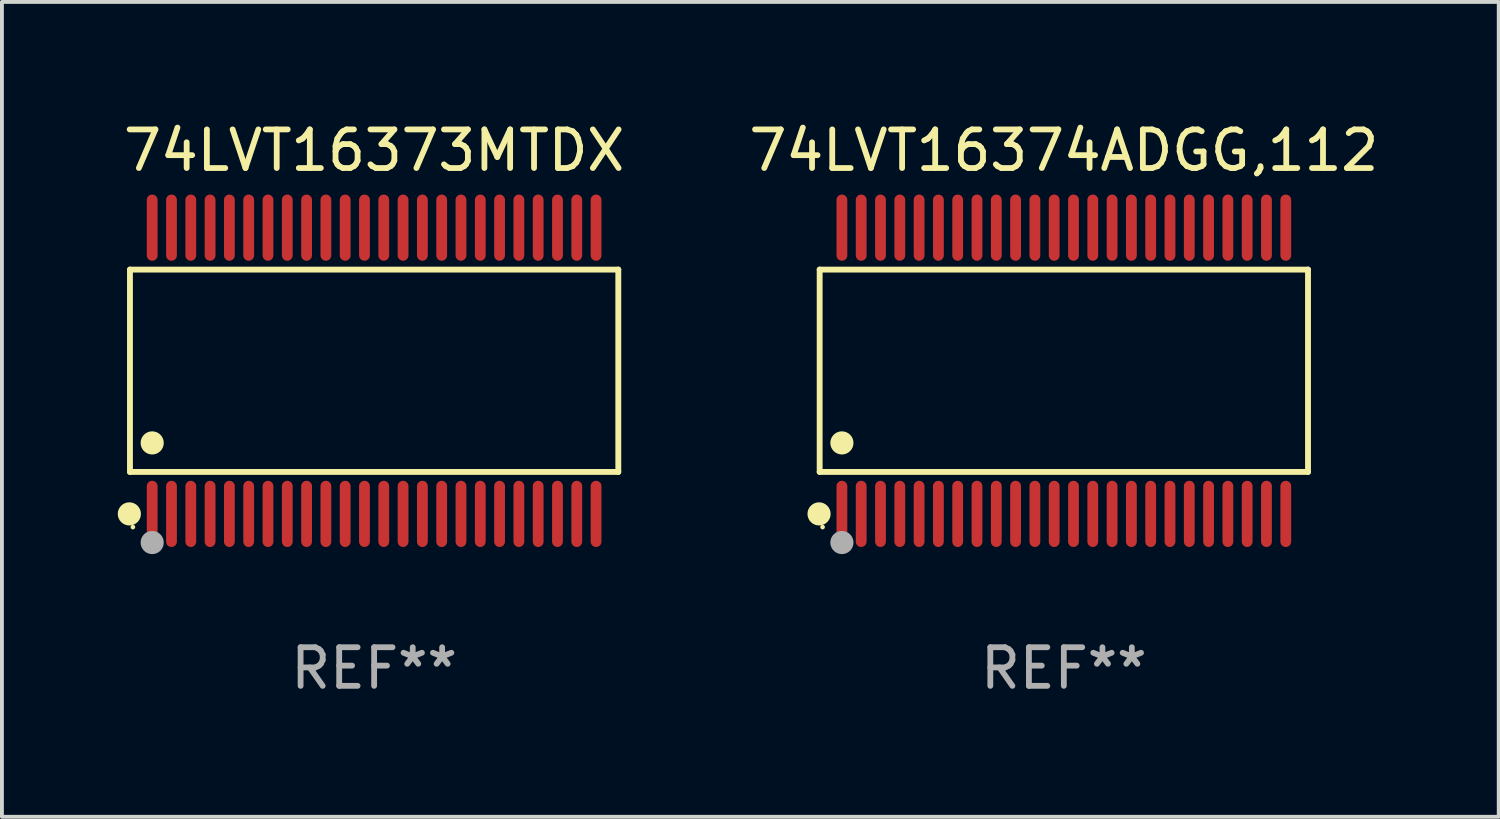
<source format=kicad_pcb>
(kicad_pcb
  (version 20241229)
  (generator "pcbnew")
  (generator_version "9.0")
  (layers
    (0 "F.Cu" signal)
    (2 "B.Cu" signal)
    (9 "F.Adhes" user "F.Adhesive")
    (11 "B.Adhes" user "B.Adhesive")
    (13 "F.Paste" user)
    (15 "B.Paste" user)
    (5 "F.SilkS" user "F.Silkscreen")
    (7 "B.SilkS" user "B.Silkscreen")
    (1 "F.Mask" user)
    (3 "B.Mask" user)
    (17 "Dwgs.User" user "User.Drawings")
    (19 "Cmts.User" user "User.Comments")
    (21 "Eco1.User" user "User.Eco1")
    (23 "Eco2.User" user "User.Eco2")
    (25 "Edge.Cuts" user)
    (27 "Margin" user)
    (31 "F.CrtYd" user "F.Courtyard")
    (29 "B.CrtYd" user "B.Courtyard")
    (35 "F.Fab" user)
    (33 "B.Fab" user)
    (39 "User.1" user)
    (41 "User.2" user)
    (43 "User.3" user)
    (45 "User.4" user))
  (footprint "74LVT16374ADGG,112"
    (layer "F.Cu")
    (at 24.512 6.556)
    (property "Reference" "74LVT16374ADGG,112" (at 0 -5.708 0) (layer "F.SilkS") (effects (font (size 1 1) (thickness 0.15))))
    (attr through_hole)
    (fp_line (start -6.326 -2.622) (end 6.326 -2.622) (stroke (width 0.152) (type solid)) (layer "F.SilkS"))
    (fp_line (start -6.326 2.621) (end -6.326 -2.622) (stroke (width 0.152) (type solid)) (layer "F.SilkS"))
    (fp_line (start 6.326 -2.622) (end 6.326 2.621) (stroke (width 0.152) (type solid)) (layer "F.SilkS"))
    (fp_line (start 6.326 2.621) (end -6.326 2.621) (stroke (width 0.152) (type solid)) (layer "F.SilkS"))
    (fp_circle (center -6.342 3.708) (end -6.192 3.708) (stroke (width 0.3) (type solid)) (fill no) (layer "F.SilkS"))
    (fp_circle (center -6.25 4.05) (end -6.22 4.05) (stroke (width 0.06) (type solid)) (fill no) (layer "F.SilkS"))
    (fp_circle (center -5.75 1.869) (end -5.6 1.869) (stroke (width 0.3) (type solid)) (fill no) (layer "F.SilkS"))
    (fp_circle (center -5.75 4.45) (end -5.6 4.45) (stroke (width 0.3) (type solid)) (fill no) (layer "F.Fab"))
    (fp_text user "REF**" (at 0 7.708 0) (layer "F.Fab") (effects (font (size 1 1) (thickness 0.15))))
    (pad "1" smd oval (at -5.75 3.708) (size 0.28 1.715) (layers "F.Cu" "F.Mask" "F.Paste"))
    (pad "2" smd oval (at -5.25 3.708) (size 0.28 1.715) (layers "F.Cu" "F.Mask" "F.Paste"))
    (pad "3" smd oval (at -4.75 3.708) (size 0.28 1.715) (layers "F.Cu" "F.Mask" "F.Paste"))
    (pad "4" smd oval (at -4.25 3.708) (size 0.28 1.715) (layers "F.Cu" "F.Mask" "F.Paste"))
    (pad "5" smd oval (at -3.75 3.708) (size 0.28 1.715) (layers "F.Cu" "F.Mask" "F.Paste"))
    (pad "6" smd oval (at -3.25 3.708) (size 0.28 1.715) (layers "F.Cu" "F.Mask" "F.Paste"))
    (pad "7" smd oval (at -2.75 3.708) (size 0.28 1.715) (layers "F.Cu" "F.Mask" "F.Paste"))
    (pad "8" smd oval (at -2.25 3.708) (size 0.28 1.715) (layers "F.Cu" "F.Mask" "F.Paste"))
    (pad "9" smd oval (at -1.75 3.708) (size 0.28 1.715) (layers "F.Cu" "F.Mask" "F.Paste"))
    (pad "10" smd oval (at -1.25 3.708) (size 0.28 1.715) (layers "F.Cu" "F.Mask" "F.Paste"))
    (pad "11" smd oval (at -0.75 3.708) (size 0.28 1.715) (layers "F.Cu" "F.Mask" "F.Paste"))
    (pad "12" smd oval (at -0.25 3.708) (size 0.28 1.715) (layers "F.Cu" "F.Mask" "F.Paste"))
    (pad "13" smd oval (at 0.25 3.708) (size 0.28 1.715) (layers "F.Cu" "F.Mask" "F.Paste"))
    (pad "14" smd oval (at 0.75 3.708) (size 0.28 1.715) (layers "F.Cu" "F.Mask" "F.Paste"))
    (pad "15" smd oval (at 1.25 3.708) (size 0.28 1.715) (layers "F.Cu" "F.Mask" "F.Paste"))
    (pad "16" smd oval (at 1.75 3.708) (size 0.28 1.715) (layers "F.Cu" "F.Mask" "F.Paste"))
    (pad "17" smd oval (at 2.25 3.708) (size 0.28 1.715) (layers "F.Cu" "F.Mask" "F.Paste"))
    (pad "18" smd oval (at 2.75 3.708) (size 0.28 1.715) (layers "F.Cu" "F.Mask" "F.Paste"))
    (pad "19" smd oval (at 3.25 3.708) (size 0.28 1.715) (layers "F.Cu" "F.Mask" "F.Paste"))
    (pad "20" smd oval (at 3.75 3.708) (size 0.28 1.715) (layers "F.Cu" "F.Mask" "F.Paste"))
    (pad "21" smd oval (at 4.25 3.708) (size 0.28 1.715) (layers "F.Cu" "F.Mask" "F.Paste"))
    (pad "22" smd oval (at 4.75 3.708) (size 0.28 1.715) (layers "F.Cu" "F.Mask" "F.Paste"))
    (pad "23" smd oval (at 5.25 3.708) (size 0.28 1.715) (layers "F.Cu" "F.Mask" "F.Paste"))
    (pad "24" smd oval (at 5.75 3.708) (size 0.28 1.715) (layers "F.Cu" "F.Mask" "F.Paste"))
    (pad "25" smd oval (at 5.75 -3.708) (size 0.28 1.715) (layers "F.Cu" "F.Mask" "F.Paste"))
    (pad "26" smd oval (at 5.25 -3.708) (size 0.28 1.715) (layers "F.Cu" "F.Mask" "F.Paste"))
    (pad "27" smd oval (at 4.75 -3.708) (size 0.28 1.715) (layers "F.Cu" "F.Mask" "F.Paste"))
    (pad "28" smd oval (at 4.25 -3.708) (size 0.28 1.715) (layers "F.Cu" "F.Mask" "F.Paste"))
    (pad "29" smd oval (at 3.75 -3.708) (size 0.28 1.715) (layers "F.Cu" "F.Mask" "F.Paste"))
    (pad "30" smd oval (at 3.25 -3.708) (size 0.28 1.715) (layers "F.Cu" "F.Mask" "F.Paste"))
    (pad "31" smd oval (at 2.75 -3.708) (size 0.28 1.715) (layers "F.Cu" "F.Mask" "F.Paste"))
    (pad "32" smd oval (at 2.25 -3.708) (size 0.28 1.715) (layers "F.Cu" "F.Mask" "F.Paste"))
    (pad "33" smd oval (at 1.75 -3.708) (size 0.28 1.715) (layers "F.Cu" "F.Mask" "F.Paste"))
    (pad "34" smd oval (at 1.25 -3.708) (size 0.28 1.715) (layers "F.Cu" "F.Mask" "F.Paste"))
    (pad "35" smd oval (at 0.75 -3.708) (size 0.28 1.715) (layers "F.Cu" "F.Mask" "F.Paste"))
    (pad "36" smd oval (at 0.25 -3.708) (size 0.28 1.715) (layers "F.Cu" "F.Mask" "F.Paste"))
    (pad "37" smd oval (at -0.25 -3.708) (size 0.28 1.715) (layers "F.Cu" "F.Mask" "F.Paste"))
    (pad "38" smd oval (at -0.75 -3.708) (size 0.28 1.715) (layers "F.Cu" "F.Mask" "F.Paste"))
    (pad "39" smd oval (at -1.25 -3.708) (size 0.28 1.715) (layers "F.Cu" "F.Mask" "F.Paste"))
    (pad "40" smd oval (at -1.75 -3.708) (size 0.28 1.715) (layers "F.Cu" "F.Mask" "F.Paste"))
    (pad "41" smd oval (at -2.25 -3.708) (size 0.28 1.715) (layers "F.Cu" "F.Mask" "F.Paste"))
    (pad "42" smd oval (at -2.75 -3.708) (size 0.28 1.715) (layers "F.Cu" "F.Mask" "F.Paste"))
    (pad "43" smd oval (at -3.25 -3.708) (size 0.28 1.715) (layers "F.Cu" "F.Mask" "F.Paste"))
    (pad "44" smd oval (at -3.75 -3.708) (size 0.28 1.715) (layers "F.Cu" "F.Mask" "F.Paste"))
    (pad "45" smd oval (at -4.25 -3.708) (size 0.28 1.715) (layers "F.Cu" "F.Mask" "F.Paste"))
    (pad "46" smd oval (at -4.75 -3.708) (size 0.28 1.715) (layers "F.Cu" "F.Mask" "F.Paste"))
    (pad "47" smd oval (at -5.25 -3.708) (size 0.28 1.715) (layers "F.Cu" "F.Mask" "F.Paste"))
    (pad "48" smd oval (at -5.75 -3.708) (size 0.28 1.715) (layers "F.Cu" "F.Mask" "F.Paste")))
  (footprint "74LVT16373MTDX"
    (layer "F.Cu")
    (at 6.643 6.556)
    (property "Reference" "74LVT16373MTDX" (at 0 -5.708 0) (layer "F.SilkS") (effects (font (size 1 1) (thickness 0.15))))
    (attr through_hole)
    (fp_line (start -6.326 -2.622) (end 6.326 -2.622) (stroke (width 0.152) (type solid)) (layer "F.SilkS"))
    (fp_line (start -6.326 2.621) (end -6.326 -2.622) (stroke (width 0.152) (type solid)) (layer "F.SilkS"))
    (fp_line (start 6.326 -2.622) (end 6.326 2.621) (stroke (width 0.152) (type solid)) (layer "F.SilkS"))
    (fp_line (start 6.326 2.621) (end -6.326 2.621) (stroke (width 0.152) (type solid)) (layer "F.SilkS"))
    (fp_circle (center -6.342 3.708) (end -6.192 3.708) (stroke (width 0.3) (type solid)) (fill no) (layer "F.SilkS"))
    (fp_circle (center -6.25 4.05) (end -6.22 4.05) (stroke (width 0.06) (type solid)) (fill no) (layer "F.SilkS"))
    (fp_circle (center -5.75 1.869) (end -5.6 1.869) (stroke (width 0.3) (type solid)) (fill no) (layer "F.SilkS"))
    (fp_circle (center -5.75 4.45) (end -5.6 4.45) (stroke (width 0.3) (type solid)) (fill no) (layer "F.Fab"))
    (fp_text user "REF**" (at 0 7.708 0) (layer "F.Fab") (effects (font (size 1 1) (thickness 0.15))))
    (pad "1" smd oval (at -5.75 3.708) (size 0.28 1.715) (layers "F.Cu" "F.Mask" "F.Paste"))
    (pad "2" smd oval (at -5.25 3.708) (size 0.28 1.715) (layers "F.Cu" "F.Mask" "F.Paste"))
    (pad "3" smd oval (at -4.75 3.708) (size 0.28 1.715) (layers "F.Cu" "F.Mask" "F.Paste"))
    (pad "4" smd oval (at -4.25 3.708) (size 0.28 1.715) (layers "F.Cu" "F.Mask" "F.Paste"))
    (pad "5" smd oval (at -3.75 3.708) (size 0.28 1.715) (layers "F.Cu" "F.Mask" "F.Paste"))
    (pad "6" smd oval (at -3.25 3.708) (size 0.28 1.715) (layers "F.Cu" "F.Mask" "F.Paste"))
    (pad "7" smd oval (at -2.75 3.708) (size 0.28 1.715) (layers "F.Cu" "F.Mask" "F.Paste"))
    (pad "8" smd oval (at -2.25 3.708) (size 0.28 1.715) (layers "F.Cu" "F.Mask" "F.Paste"))
    (pad "9" smd oval (at -1.75 3.708) (size 0.28 1.715) (layers "F.Cu" "F.Mask" "F.Paste"))
    (pad "10" smd oval (at -1.25 3.708) (size 0.28 1.715) (layers "F.Cu" "F.Mask" "F.Paste"))
    (pad "11" smd oval (at -0.75 3.708) (size 0.28 1.715) (layers "F.Cu" "F.Mask" "F.Paste"))
    (pad "12" smd oval (at -0.25 3.708) (size 0.28 1.715) (layers "F.Cu" "F.Mask" "F.Paste"))
    (pad "13" smd oval (at 0.25 3.708) (size 0.28 1.715) (layers "F.Cu" "F.Mask" "F.Paste"))
    (pad "14" smd oval (at 0.75 3.708) (size 0.28 1.715) (layers "F.Cu" "F.Mask" "F.Paste"))
    (pad "15" smd oval (at 1.25 3.708) (size 0.28 1.715) (layers "F.Cu" "F.Mask" "F.Paste"))
    (pad "16" smd oval (at 1.75 3.708) (size 0.28 1.715) (layers "F.Cu" "F.Mask" "F.Paste"))
    (pad "17" smd oval (at 2.25 3.708) (size 0.28 1.715) (layers "F.Cu" "F.Mask" "F.Paste"))
    (pad "18" smd oval (at 2.75 3.708) (size 0.28 1.715) (layers "F.Cu" "F.Mask" "F.Paste"))
    (pad "19" smd oval (at 3.25 3.708) (size 0.28 1.715) (layers "F.Cu" "F.Mask" "F.Paste"))
    (pad "20" smd oval (at 3.75 3.708) (size 0.28 1.715) (layers "F.Cu" "F.Mask" "F.Paste"))
    (pad "21" smd oval (at 4.25 3.708) (size 0.28 1.715) (layers "F.Cu" "F.Mask" "F.Paste"))
    (pad "22" smd oval (at 4.75 3.708) (size 0.28 1.715) (layers "F.Cu" "F.Mask" "F.Paste"))
    (pad "23" smd oval (at 5.25 3.708) (size 0.28 1.715) (layers "F.Cu" "F.Mask" "F.Paste"))
    (pad "24" smd oval (at 5.75 3.708) (size 0.28 1.715) (layers "F.Cu" "F.Mask" "F.Paste"))
    (pad "25" smd oval (at 5.75 -3.708) (size 0.28 1.715) (layers "F.Cu" "F.Mask" "F.Paste"))
    (pad "26" smd oval (at 5.25 -3.708) (size 0.28 1.715) (layers "F.Cu" "F.Mask" "F.Paste"))
    (pad "27" smd oval (at 4.75 -3.708) (size 0.28 1.715) (layers "F.Cu" "F.Mask" "F.Paste"))
    (pad "28" smd oval (at 4.25 -3.708) (size 0.28 1.715) (layers "F.Cu" "F.Mask" "F.Paste"))
    (pad "29" smd oval (at 3.75 -3.708) (size 0.28 1.715) (layers "F.Cu" "F.Mask" "F.Paste"))
    (pad "30" smd oval (at 3.25 -3.708) (size 0.28 1.715) (layers "F.Cu" "F.Mask" "F.Paste"))
    (pad "31" smd oval (at 2.75 -3.708) (size 0.28 1.715) (layers "F.Cu" "F.Mask" "F.Paste"))
    (pad "32" smd oval (at 2.25 -3.708) (size 0.28 1.715) (layers "F.Cu" "F.Mask" "F.Paste"))
    (pad "33" smd oval (at 1.75 -3.708) (size 0.28 1.715) (layers "F.Cu" "F.Mask" "F.Paste"))
    (pad "34" smd oval (at 1.25 -3.708) (size 0.28 1.715) (layers "F.Cu" "F.Mask" "F.Paste"))
    (pad "35" smd oval (at 0.75 -3.708) (size 0.28 1.715) (layers "F.Cu" "F.Mask" "F.Paste"))
    (pad "36" smd oval (at 0.25 -3.708) (size 0.28 1.715) (layers "F.Cu" "F.Mask" "F.Paste"))
    (pad "37" smd oval (at -0.25 -3.708) (size 0.28 1.715) (layers "F.Cu" "F.Mask" "F.Paste"))
    (pad "38" smd oval (at -0.75 -3.708) (size 0.28 1.715) (layers "F.Cu" "F.Mask" "F.Paste"))
    (pad "39" smd oval (at -1.25 -3.708) (size 0.28 1.715) (layers "F.Cu" "F.Mask" "F.Paste"))
    (pad "40" smd oval (at -1.75 -3.708) (size 0.28 1.715) (layers "F.Cu" "F.Mask" "F.Paste"))
    (pad "41" smd oval (at -2.25 -3.708) (size 0.28 1.715) (layers "F.Cu" "F.Mask" "F.Paste"))
    (pad "42" smd oval (at -2.75 -3.708) (size 0.28 1.715) (layers "F.Cu" "F.Mask" "F.Paste"))
    (pad "43" smd oval (at -3.25 -3.708) (size 0.28 1.715) (layers "F.Cu" "F.Mask" "F.Paste"))
    (pad "44" smd oval (at -3.75 -3.708) (size 0.28 1.715) (layers "F.Cu" "F.Mask" "F.Paste"))
    (pad "45" smd oval (at -4.25 -3.708) (size 0.28 1.715) (layers "F.Cu" "F.Mask" "F.Paste"))
    (pad "46" smd oval (at -4.75 -3.708) (size 0.28 1.715) (layers "F.Cu" "F.Mask" "F.Paste"))
    (pad "47" smd oval (at -5.25 -3.708) (size 0.28 1.715) (layers "F.Cu" "F.Mask" "F.Paste"))
    (pad "48" smd oval (at -5.75 -3.708) (size 0.28 1.715) (layers "F.Cu" "F.Mask" "F.Paste")))
  (gr_rect
    (start -3 -3)
    (end 35.779 18.112)
    (stroke (width 0.1) (type default))
    (fill no)
    (layer "Edge.Cuts")))
</source>
